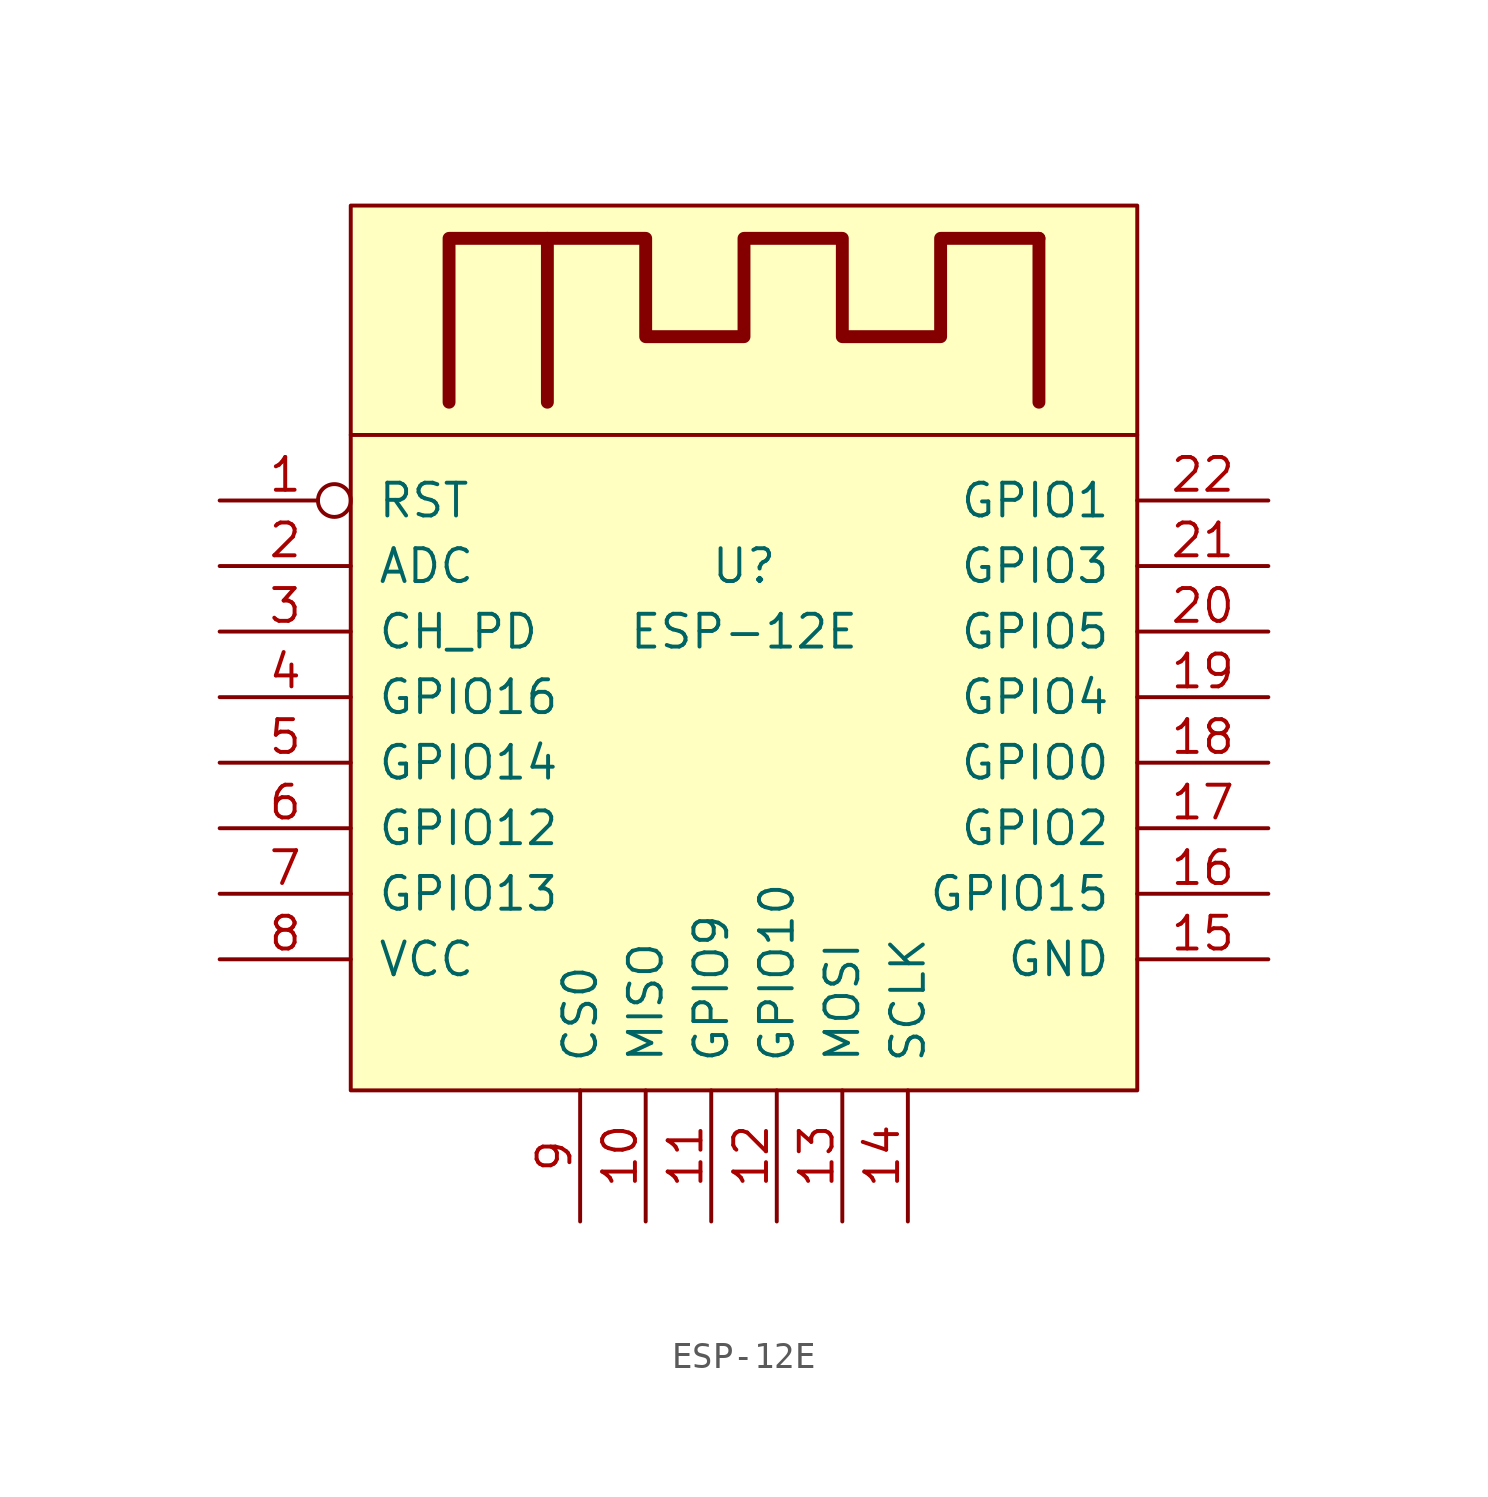
<source format=kicad_sym>
(kicad_symbol_lib
  (version 20220102)
  (generator kicad_symbol_editor)
  (symbol "ESP-12E"
    (pin_names
      (offset 1.016))
    (property "Reference" "U"
      (at 0 5.08 0)
      (effects (font (size 1.27 1.27))))
    (property "Value" "ESP-12E"
      (at 0 2.54 0)
      (effects (font (size 1.27 1.27))))
    (symbol "ESP-12E_0_1"
      (polyline (pts (xy -15.24 10.16) (xy 15.24 10.16)) (stroke (width 0.152) (type default)) (fill (type none)))
      (polyline (pts (xy 11.43 17.78) (xy 11.43 11.43)) (stroke (width 0.5) (type default)) (fill (type none)))
      (polyline (pts (xy -11.43 11.43) (xy -11.43 17.78) (xy -7.62 17.78) (xy -7.62 11.43)) (stroke (width 0.5) (type default)) (fill (type none)))
      (polyline (pts (xy -7.62 17.78) (xy -3.81 17.78) (xy -3.81 13.97) (xy 0 13.97) (xy 0 17.78) (xy 3.81 17.78) (xy 3.81 13.97) (xy 7.62 13.97) (xy 7.62 17.78) (xy 11.43 17.78)) (stroke (width 0.5) (type default)) (fill (type none))))
    (symbol "ESP-12E_1_0"
      (rectangle (start -15.24 19.05) (end 15.24 -15.24) (stroke (width 0) (type default)) (fill (type background))))
    (symbol "ESP-12E_1_1"
      (pin input inverted (at -20.32 7.62 0) (length 5.08) (name "RST" (effects (font (size 1.27 1.27)))) (number "1" (effects (font (size 1.27 1.27)))))
      (pin bidirectional line (at -3.81 -20.32 90) (length 5.08) (name "MISO" (effects (font (size 1.27 1.27)))) (number "10" (effects (font (size 1.27 1.27)))))
      (pin bidirectional line (at -1.27 -20.32 90) (length 5.08) (name "GPIO9" (effects (font (size 1.27 1.27)))) (number "11" (effects (font (size 1.27 1.27)))))
      (pin bidirectional line (at 1.27 -20.32 90) (length 5.08) (name "GPIO10" (effects (font (size 1.27 1.27)))) (number "12" (effects (font (size 1.27 1.27)))))
      (pin bidirectional line (at 3.81 -20.32 90) (length 5.08) (name "MOSI" (effects (font (size 1.27 1.27)))) (number "13" (effects (font (size 1.27 1.27)))))
      (pin bidirectional line (at 6.35 -20.32 90) (length 5.08) (name "SCLK" (effects (font (size 1.27 1.27)))) (number "14" (effects (font (size 1.27 1.27)))))
      (pin power_in line (at 20.32 -10.16 180) (length 5.08) (name "GND" (effects (font (size 1.27 1.27)))) (number "15" (effects (font (size 1.27 1.27)))))
      (pin bidirectional line (at 20.32 -7.62 180) (length 5.08) (name "GPIO15" (effects (font (size 1.27 1.27)))) (number "16" (effects (font (size 1.27 1.27)))) (alternate "HSPI_CS" bidirectional line) (alternate "MTDO" bidirectional line) (alternate "UART0_RTS" input line))
      (pin bidirectional line (at 20.32 -5.08 180) (length 5.08) (name "GPIO2" (effects (font (size 1.27 1.27)))) (number "17" (effects (font (size 1.27 1.27)))) (alternate "UART1_TXD" output line))
      (pin bidirectional line (at 20.32 -2.54 180) (length 5.08) (name "GPIO0" (effects (font (size 1.27 1.27)))) (number "18" (effects (font (size 1.27 1.27)))) (alternate "HSPI_MISO" input line) (alternate "I2SI_DATA" bidirectional line))
      (pin bidirectional line (at 20.32 0 180) (length 5.08) (name "GPIO4" (effects (font (size 1.27 1.27)))) (number "19" (effects (font (size 1.27 1.27)))))
      (pin passive line (at -20.32 5.08 0) (length 5.08) (name "ADC" (effects (font (size 1.27 1.27)))) (number "2" (effects (font (size 1.27 1.27)))))
      (pin bidirectional line (at 20.32 2.54 180) (length 5.08) (name "GPIO5" (effects (font (size 1.27 1.27)))) (number "20" (effects (font (size 1.27 1.27)))) (alternate "IR_R" output line))
      (pin input line (at 20.32 5.08 180) (length 5.08) (name "GPIO3" (effects (font (size 1.27 1.27)))) (number "21" (effects (font (size 1.27 1.27)))) (alternate "UART0_RXD" input line))
      (pin output line (at 20.32 7.62 180) (length 5.08) (name "GPIO1" (effects (font (size 1.27 1.27)))) (number "22" (effects (font (size 1.27 1.27)))) (alternate "UART0_TXD" output line))
      (pin input line (at -20.32 2.54 0) (length 5.08) (name "CH_PD" (effects (font (size 1.27 1.27)))) (number "3" (effects (font (size 1.27 1.27)))))
      (pin bidirectional line (at -20.32 0 0) (length 5.08) (name "GPIO16" (effects (font (size 1.27 1.27)))) (number "4" (effects (font (size 1.27 1.27)))))
      (pin bidirectional line (at -20.32 -2.54 0) (length 5.08) (name "GPIO14" (effects (font (size 1.27 1.27)))) (number "5" (effects (font (size 1.27 1.27)))) (alternate "HSPI_CLK" output line))
      (pin bidirectional line (at -20.32 -5.08 0) (length 5.08) (name "GPIO12" (effects (font (size 1.27 1.27)))) (number "6" (effects (font (size 1.27 1.27)))) (alternate "HSPI_MISO" input line))
      (pin bidirectional line (at -20.32 -7.62 0) (length 5.08) (name "GPIO13" (effects (font (size 1.27 1.27)))) (number "7" (effects (font (size 1.27 1.27)))) (alternate "HSPI_MOSI" output line) (alternate "UART0_CTS" output line))
      (pin power_in line (at -20.32 -10.16 0) (length 5.08) (name "VCC" (effects (font (size 1.27 1.27)))) (number "8" (effects (font (size 1.27 1.27)))))
      (pin bidirectional line (at -6.35 -20.32 90) (length 5.08) (name "CS0" (effects (font (size 1.27 1.27)))) (number "9" (effects (font (size 1.27 1.27))))))))
</source>
